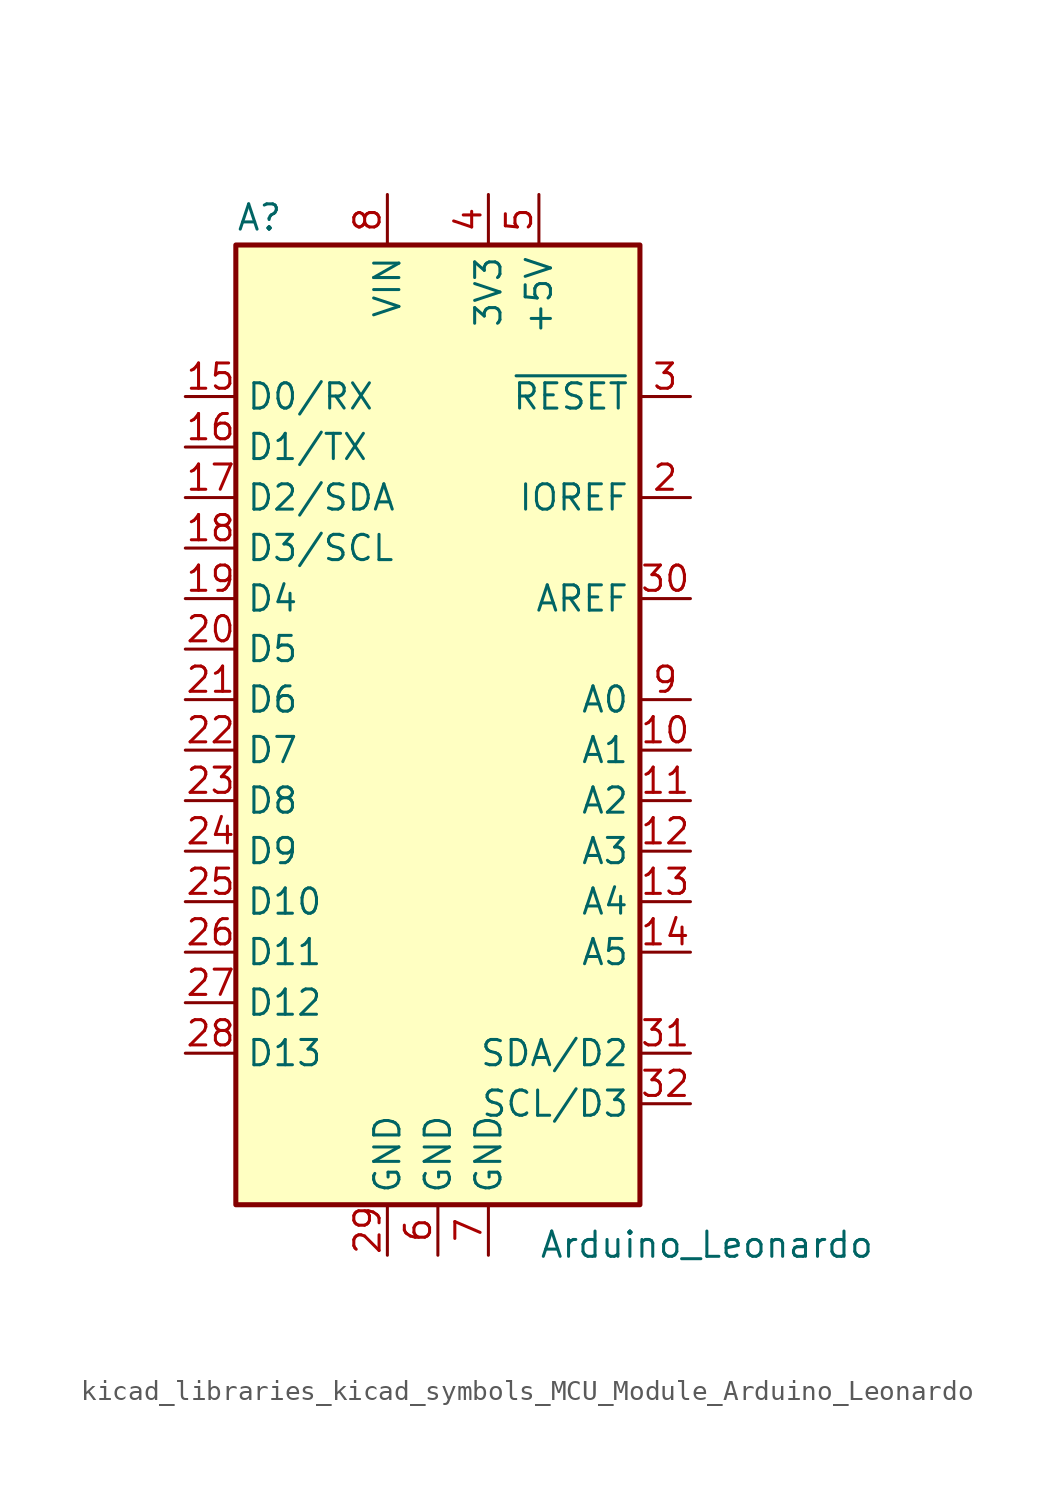
<source format=kicad_sym>
(kicad_symbol_lib
  (version 20220914)
  (generator kicad_symbol_editor)
  (symbol "kicad_libraries_kicad_symbols_MCU_Module_Arduino_Leonardo"
    (property "Reference" "A"
      (at -10.16 23.495 0)
      (effects (font (size 1.27 1.27)) (justify left bottom)))
    (property "Value" "Arduino_Leonardo"
      (at 5.08 -26.67 0)
      (effects (font (size 1.27 1.27)) (justify left top)))
    (symbol "kicad_libraries_kicad_symbols_MCU_Module_Arduino_Leonardo_0_1"
      (rectangle (start -10.16 22.86) (end 10.16 -25.4) (stroke (width 0.254) (type default)) (fill (type background))))
    (symbol "kicad_libraries_kicad_symbols_MCU_Module_Arduino_Leonardo_1_1"
      (pin no_connect line (at -10.16 -20.32 0) (length 2.54) hide (name "NC" (effects (font (size 1.27 1.27)))) (number "1" (effects (font (size 1.27 1.27)))))
      (pin bidirectional line (at 12.7 -2.54 180) (length 2.54) (name "A1" (effects (font (size 1.27 1.27)))) (number "10" (effects (font (size 1.27 1.27)))))
      (pin bidirectional line (at 12.7 -5.08 180) (length 2.54) (name "A2" (effects (font (size 1.27 1.27)))) (number "11" (effects (font (size 1.27 1.27)))))
      (pin bidirectional line (at 12.7 -7.62 180) (length 2.54) (name "A3" (effects (font (size 1.27 1.27)))) (number "12" (effects (font (size 1.27 1.27)))))
      (pin bidirectional line (at 12.7 -10.16 180) (length 2.54) (name "A4" (effects (font (size 1.27 1.27)))) (number "13" (effects (font (size 1.27 1.27)))))
      (pin bidirectional line (at 12.7 -12.7 180) (length 2.54) (name "A5" (effects (font (size 1.27 1.27)))) (number "14" (effects (font (size 1.27 1.27)))))
      (pin bidirectional line (at -12.7 15.24 0) (length 2.54) (name "D0/RX" (effects (font (size 1.27 1.27)))) (number "15" (effects (font (size 1.27 1.27)))))
      (pin bidirectional line (at -12.7 12.7 0) (length 2.54) (name "D1/TX" (effects (font (size 1.27 1.27)))) (number "16" (effects (font (size 1.27 1.27)))))
      (pin bidirectional line (at -12.7 10.16 0) (length 2.54) (name "D2/SDA" (effects (font (size 1.27 1.27)))) (number "17" (effects (font (size 1.27 1.27)))))
      (pin bidirectional line (at -12.7 7.62 0) (length 2.54) (name "D3/SCL" (effects (font (size 1.27 1.27)))) (number "18" (effects (font (size 1.27 1.27)))))
      (pin bidirectional line (at -12.7 5.08 0) (length 2.54) (name "D4" (effects (font (size 1.27 1.27)))) (number "19" (effects (font (size 1.27 1.27)))))
      (pin output line (at 12.7 10.16 180) (length 2.54) (name "IOREF" (effects (font (size 1.27 1.27)))) (number "2" (effects (font (size 1.27 1.27)))))
      (pin bidirectional line (at -12.7 2.54 0) (length 2.54) (name "D5" (effects (font (size 1.27 1.27)))) (number "20" (effects (font (size 1.27 1.27)))))
      (pin bidirectional line (at -12.7 0 0) (length 2.54) (name "D6" (effects (font (size 1.27 1.27)))) (number "21" (effects (font (size 1.27 1.27)))))
      (pin bidirectional line (at -12.7 -2.54 0) (length 2.54) (name "D7" (effects (font (size 1.27 1.27)))) (number "22" (effects (font (size 1.27 1.27)))))
      (pin bidirectional line (at -12.7 -5.08 0) (length 2.54) (name "D8" (effects (font (size 1.27 1.27)))) (number "23" (effects (font (size 1.27 1.27)))))
      (pin bidirectional line (at -12.7 -7.62 0) (length 2.54) (name "D9" (effects (font (size 1.27 1.27)))) (number "24" (effects (font (size 1.27 1.27)))))
      (pin bidirectional line (at -12.7 -10.16 0) (length 2.54) (name "D10" (effects (font (size 1.27 1.27)))) (number "25" (effects (font (size 1.27 1.27)))))
      (pin bidirectional line (at -12.7 -12.7 0) (length 2.54) (name "D11" (effects (font (size 1.27 1.27)))) (number "26" (effects (font (size 1.27 1.27)))))
      (pin bidirectional line (at -12.7 -15.24 0) (length 2.54) (name "D12" (effects (font (size 1.27 1.27)))) (number "27" (effects (font (size 1.27 1.27)))))
      (pin bidirectional line (at -12.7 -17.78 0) (length 2.54) (name "D13" (effects (font (size 1.27 1.27)))) (number "28" (effects (font (size 1.27 1.27)))))
      (pin power_in line (at -2.54 -27.94 90) (length 2.54) (name "GND" (effects (font (size 1.27 1.27)))) (number "29" (effects (font (size 1.27 1.27)))))
      (pin input line (at 12.7 15.24 180) (length 2.54) (name "~{RESET}" (effects (font (size 1.27 1.27)))) (number "3" (effects (font (size 1.27 1.27)))))
      (pin input line (at 12.7 5.08 180) (length 2.54) (name "AREF" (effects (font (size 1.27 1.27)))) (number "30" (effects (font (size 1.27 1.27)))))
      (pin bidirectional line (at 12.7 -17.78 180) (length 2.54) (name "SDA/D2" (effects (font (size 1.27 1.27)))) (number "31" (effects (font (size 1.27 1.27)))))
      (pin bidirectional line (at 12.7 -20.32 180) (length 2.54) (name "SCL/D3" (effects (font (size 1.27 1.27)))) (number "32" (effects (font (size 1.27 1.27)))))
      (pin power_out line (at 2.54 25.4 270) (length 2.54) (name "3V3" (effects (font (size 1.27 1.27)))) (number "4" (effects (font (size 1.27 1.27)))))
      (pin power_out line (at 5.08 25.4 270) (length 2.54) (name "+5V" (effects (font (size 1.27 1.27)))) (number "5" (effects (font (size 1.27 1.27)))))
      (pin power_in line (at 0 -27.94 90) (length 2.54) (name "GND" (effects (font (size 1.27 1.27)))) (number "6" (effects (font (size 1.27 1.27)))))
      (pin power_in line (at 2.54 -27.94 90) (length 2.54) (name "GND" (effects (font (size 1.27 1.27)))) (number "7" (effects (font (size 1.27 1.27)))))
      (pin power_in line (at -2.54 25.4 270) (length 2.54) (name "VIN" (effects (font (size 1.27 1.27)))) (number "8" (effects (font (size 1.27 1.27)))))
      (pin bidirectional line (at 12.7 0 180) (length 2.54) (name "A0" (effects (font (size 1.27 1.27)))) (number "9" (effects (font (size 1.27 1.27))))))))
</source>
